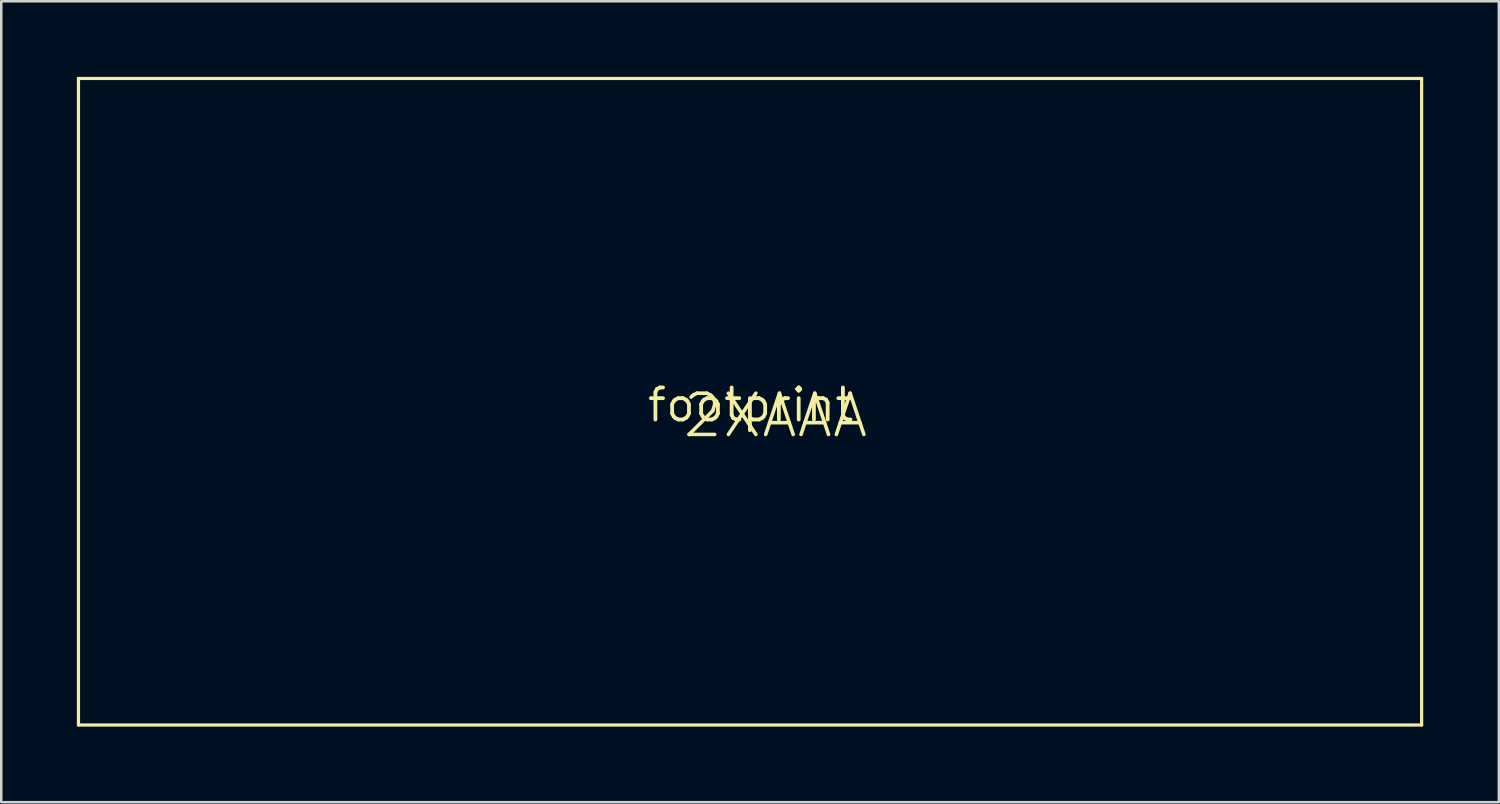
<source format=kicad_pcb>
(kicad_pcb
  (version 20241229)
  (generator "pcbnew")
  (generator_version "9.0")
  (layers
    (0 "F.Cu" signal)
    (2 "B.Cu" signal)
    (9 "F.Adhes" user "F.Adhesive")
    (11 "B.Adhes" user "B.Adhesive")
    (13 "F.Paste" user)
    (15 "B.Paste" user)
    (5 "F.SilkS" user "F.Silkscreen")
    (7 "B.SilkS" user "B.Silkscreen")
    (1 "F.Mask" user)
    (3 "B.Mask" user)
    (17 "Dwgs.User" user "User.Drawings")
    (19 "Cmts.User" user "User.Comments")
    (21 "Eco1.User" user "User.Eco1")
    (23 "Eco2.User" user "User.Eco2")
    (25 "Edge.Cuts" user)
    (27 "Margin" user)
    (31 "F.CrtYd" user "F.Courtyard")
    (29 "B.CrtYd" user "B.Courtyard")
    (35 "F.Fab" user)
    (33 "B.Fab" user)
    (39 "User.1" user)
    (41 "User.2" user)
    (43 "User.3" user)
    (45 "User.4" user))
  (footprint "footprint"
    (layer "F.Cu")
    (at 26.733 13.014)
    (property "Reference" "footprint" (at 0 0 0) (layer "F.SilkS") (effects (font (size 1.27 1.27) (thickness 0.15))))
    (fp_line (start -26.67 -12.95) (end -26.67 12.7) (stroke (width 0.127) (type solid)) (layer "F.SilkS"))
    (fp_line (start -26.67 12.7) (end 26.62 12.7) (stroke (width 0.127) (type solid)) (layer "F.SilkS"))
    (fp_line (start 26.62 -12.95) (end -26.67 -12.95) (stroke (width 0.127) (type solid)) (layer "F.SilkS"))
    (fp_line (start 26.62 12.7) (end 26.62 -12.95) (stroke (width 0.127) (type solid)) (layer "F.SilkS"))
    (fp_text user "2XAAA" (at -2.77 1.38 0) (layer "F.SilkS") (effects (font (size 1.636 1.636) (thickness 0.142)) (justify left bottom))))
  (gr_rect
    (start -3 -3)
    (end 56.417 28.777)
    (stroke (width 0.1) (type default))
    (fill no)
    (layer "Edge.Cuts")))
</source>
